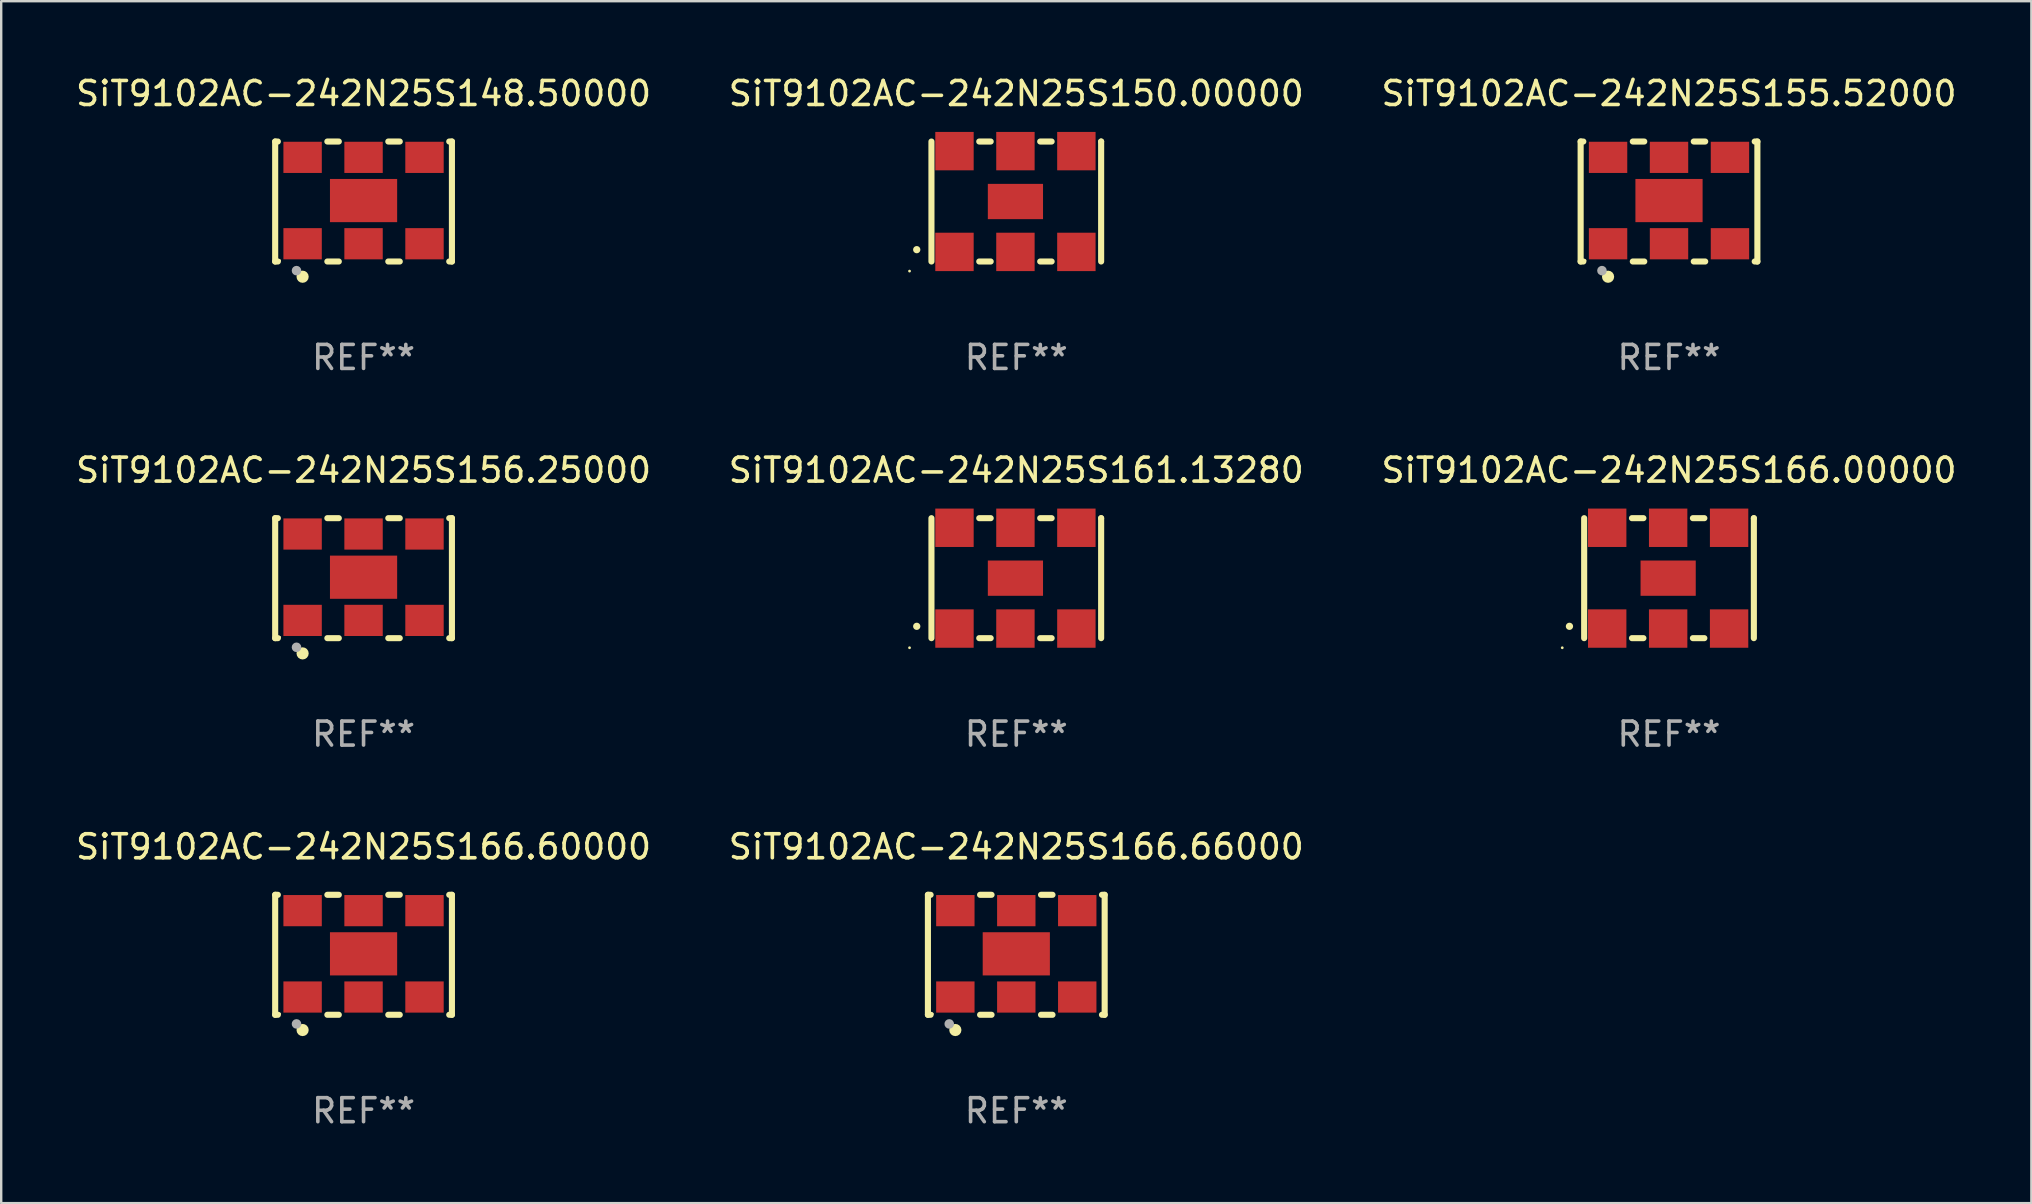
<source format=kicad_pcb>
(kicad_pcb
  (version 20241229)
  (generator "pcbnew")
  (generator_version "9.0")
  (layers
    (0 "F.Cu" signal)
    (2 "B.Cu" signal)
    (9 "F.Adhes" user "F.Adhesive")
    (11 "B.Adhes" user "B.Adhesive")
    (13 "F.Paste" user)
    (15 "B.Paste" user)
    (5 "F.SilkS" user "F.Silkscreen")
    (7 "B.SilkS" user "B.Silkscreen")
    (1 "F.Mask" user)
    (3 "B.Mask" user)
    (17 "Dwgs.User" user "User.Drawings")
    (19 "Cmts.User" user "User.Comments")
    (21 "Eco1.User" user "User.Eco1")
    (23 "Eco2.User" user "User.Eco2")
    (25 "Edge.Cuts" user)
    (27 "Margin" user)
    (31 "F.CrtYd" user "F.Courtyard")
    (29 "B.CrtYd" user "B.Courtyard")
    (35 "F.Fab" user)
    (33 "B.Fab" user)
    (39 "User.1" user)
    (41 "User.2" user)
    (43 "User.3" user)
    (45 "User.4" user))
  (footprint "SiT9102AC-242N25S148.50000"
    (layer "F.Cu")
    (at 12.101 5.348)
    (property "Reference" "SiT9102AC-242N25S148.50000" (at 0 -4.5 0) (layer "F.SilkS") (effects (font (size 1 1) (thickness 0.15))))
    (attr through_hole)
    (fp_line (start -3.683 -2.5) (end -3.571 -2.5) (stroke (width 0.254) (type solid)) (layer "F.SilkS"))
    (fp_line (start -3.683 2.5) (end -3.683 -2.5) (stroke (width 0.254) (type solid)) (layer "F.SilkS"))
    (fp_line (start -3.683 2.5) (end -3.571 2.5) (stroke (width 0.254) (type solid)) (layer "F.SilkS"))
    (fp_line (start -1.509 -2.5) (end -1.031 -2.5) (stroke (width 0.254) (type solid)) (layer "F.SilkS"))
    (fp_line (start -1.509 2.5) (end -1.031 2.5) (stroke (width 0.254) (type solid)) (layer "F.SilkS"))
    (fp_line (start 1.031 -2.5) (end 1.509 -2.5) (stroke (width 0.254) (type solid)) (layer "F.SilkS"))
    (fp_line (start 1.031 2.5) (end 1.509 2.5) (stroke (width 0.254) (type solid)) (layer "F.SilkS"))
    (fp_line (start 3.571 -2.5) (end 3.683 -2.5) (stroke (width 0.254) (type solid)) (layer "F.SilkS"))
    (fp_line (start 3.571 2.5) (end 3.683 2.5) (stroke (width 0.254) (type solid)) (layer "F.SilkS"))
    (fp_line (start 3.683 2.5) (end 3.683 -2.5) (stroke (width 0.254) (type solid)) (layer "F.SilkS"))
    (fp_circle (center -3.5 2.46) (end -3.47 2.46) (stroke (width 0.06) (type solid)) (fill no) (layer "F.SilkS"))
    (fp_circle (center -2.54 3.135) (end -2.413 3.135) (stroke (width 0.254) (type solid)) (fill no) (layer "F.SilkS"))
    (fp_circle (center -2.794 2.881) (end -2.694 2.881) (stroke (width 0.2) (type solid)) (fill no) (layer "F.Fab"))
    (fp_text user "REF**" (at 0 6.5 0) (layer "F.Fab") (effects (font (size 1 1) (thickness 0.15))))
    (pad "1" smd rect (at -2.54 1.76) (size 1.6 1.3) (layers "F.Cu" "F.Mask" "F.Paste"))
    (pad "2" smd rect (at 0 1.76) (size 1.6 1.3) (layers "F.Cu" "F.Mask" "F.Paste"))
    (pad "3" smd rect (at 2.54 1.76) (size 1.6 1.3) (layers "F.Cu" "F.Mask" "F.Paste"))
    (pad "4" smd rect (at 2.54 -1.84) (size 1.6 1.3) (layers "F.Cu" "F.Mask" "F.Paste"))
    (pad "5" smd rect (at 0 -1.84) (size 1.6 1.3) (layers "F.Cu" "F.Mask" "F.Paste"))
    (pad "6" smd rect (at -2.54 -1.84) (size 1.6 1.3) (layers "F.Cu" "F.Mask" "F.Paste"))
    (pad "7" smd rect (at 0 -0.04) (size 2.8 1.8) (layers "F.Cu" "F.Mask" "F.Paste")))
  (footprint "SiT9102AC-242N25S166.00000"
    (layer "F.Cu")
    (at 66.506 21.045)
    (property "Reference" "SiT9102AC-242N25S166.00000" (at 0 -4.5 0) (layer "F.SilkS") (effects (font (size 1 1) (thickness 0.15))))
    (attr through_hole)
    (fp_line (start -3.536 -2.5) (end -3.536 2.5) (stroke (width 0.254) (type solid)) (layer "F.SilkS"))
    (fp_line (start -1.544 2.5) (end -1.067 2.5) (stroke (width 0.254) (type solid)) (layer "F.SilkS"))
    (fp_line (start -1.067 -2.5) (end -1.544 -2.5) (stroke (width 0.254) (type solid)) (layer "F.SilkS"))
    (fp_line (start 0.996 2.5) (end 1.473 2.5) (stroke (width 0.254) (type solid)) (layer "F.SilkS"))
    (fp_line (start 1.473 -2.5) (end 0.996 -2.5) (stroke (width 0.254) (type solid)) (layer "F.SilkS"))
    (fp_line (start 3.536 -2.5) (end 3.536 -2.5) (stroke (width 0.254) (type solid)) (layer "F.SilkS"))
    (fp_line (start 3.536 2.5) (end 3.536 -2.5) (stroke (width 0.254) (type solid)) (layer "F.SilkS"))
    (fp_arc (start -4.150432 2.006604) (mid -4.149162 2.006599) (end -4.147892 2.006604) (stroke (width 0.3) (type solid)) (layer "F.SilkS"))
    (fp_circle (center -4.449 2.9) (end -4.419 2.9) (stroke (width 0.06) (type solid)) (fill no) (layer "F.SilkS"))
    (fp_text user "REF**" (at 0 6.5 0) (layer "F.Fab") (effects (font (size 1 1) (thickness 0.15))))
    (pad "1" smd rect (at -2.576 2.1) (size 1.6 1.6) (layers "F.Cu" "F.Mask" "F.Paste"))
    (pad "2" smd rect (at -0.036 2.1) (size 1.6 1.6) (layers "F.Cu" "F.Mask" "F.Paste"))
    (pad "3" smd rect (at 2.504 2.1) (size 1.6 1.6) (layers "F.Cu" "F.Mask" "F.Paste"))
    (pad "4" smd rect (at 2.504 -2.1) (size 1.6 1.6) (layers "F.Cu" "F.Mask" "F.Paste"))
    (pad "5" smd rect (at -0.036 -2.1) (size 1.6 1.6) (layers "F.Cu" "F.Mask" "F.Paste"))
    (pad "6" smd rect (at -2.576 -2.1) (size 1.6 1.6) (layers "F.Cu" "F.Mask" "F.Paste"))
    (pad "7" smd rect (at -0.036 0) (size 2.3 1.47) (layers "F.Cu" "F.Mask" "F.Paste")))
  (footprint "SiT9102AC-242N25S156.25000"
    (layer "F.Cu")
    (at 12.101 21.045)
    (property "Reference" "SiT9102AC-242N25S156.25000" (at 0 -4.5 0) (layer "F.SilkS") (effects (font (size 1 1) (thickness 0.15))))
    (attr through_hole)
    (fp_line (start -3.683 -2.5) (end -3.571 -2.5) (stroke (width 0.254) (type solid)) (layer "F.SilkS"))
    (fp_line (start -3.683 2.5) (end -3.683 -2.5) (stroke (width 0.254) (type solid)) (layer "F.SilkS"))
    (fp_line (start -3.683 2.5) (end -3.571 2.5) (stroke (width 0.254) (type solid)) (layer "F.SilkS"))
    (fp_line (start -1.509 -2.5) (end -1.031 -2.5) (stroke (width 0.254) (type solid)) (layer "F.SilkS"))
    (fp_line (start -1.509 2.5) (end -1.031 2.5) (stroke (width 0.254) (type solid)) (layer "F.SilkS"))
    (fp_line (start 1.031 -2.5) (end 1.509 -2.5) (stroke (width 0.254) (type solid)) (layer "F.SilkS"))
    (fp_line (start 1.031 2.5) (end 1.509 2.5) (stroke (width 0.254) (type solid)) (layer "F.SilkS"))
    (fp_line (start 3.571 -2.5) (end 3.683 -2.5) (stroke (width 0.254) (type solid)) (layer "F.SilkS"))
    (fp_line (start 3.571 2.5) (end 3.683 2.5) (stroke (width 0.254) (type solid)) (layer "F.SilkS"))
    (fp_line (start 3.683 2.5) (end 3.683 -2.5) (stroke (width 0.254) (type solid)) (layer "F.SilkS"))
    (fp_circle (center -3.5 2.46) (end -3.47 2.46) (stroke (width 0.06) (type solid)) (fill no) (layer "F.SilkS"))
    (fp_circle (center -2.54 3.135) (end -2.413 3.135) (stroke (width 0.254) (type solid)) (fill no) (layer "F.SilkS"))
    (fp_circle (center -2.794 2.881) (end -2.694 2.881) (stroke (width 0.2) (type solid)) (fill no) (layer "F.Fab"))
    (fp_text user "REF**" (at 0 6.5 0) (layer "F.Fab") (effects (font (size 1 1) (thickness 0.15))))
    (pad "1" smd rect (at -2.54 1.76) (size 1.6 1.3) (layers "F.Cu" "F.Mask" "F.Paste"))
    (pad "2" smd rect (at 0 1.76) (size 1.6 1.3) (layers "F.Cu" "F.Mask" "F.Paste"))
    (pad "3" smd rect (at 2.54 1.76) (size 1.6 1.3) (layers "F.Cu" "F.Mask" "F.Paste"))
    (pad "4" smd rect (at 2.54 -1.84) (size 1.6 1.3) (layers "F.Cu" "F.Mask" "F.Paste"))
    (pad "5" smd rect (at 0 -1.84) (size 1.6 1.3) (layers "F.Cu" "F.Mask" "F.Paste"))
    (pad "6" smd rect (at -2.54 -1.84) (size 1.6 1.3) (layers "F.Cu" "F.Mask" "F.Paste"))
    (pad "7" smd rect (at 0 -0.04) (size 2.8 1.8) (layers "F.Cu" "F.Mask" "F.Paste")))
  (footprint "SiT9102AC-242N25S155.52000"
    (layer "F.Cu")
    (at 66.506 5.348)
    (property "Reference" "SiT9102AC-242N25S155.52000" (at 0 -4.5 0) (layer "F.SilkS") (effects (font (size 1 1) (thickness 0.15))))
    (attr through_hole)
    (fp_line (start -3.683 -2.5) (end -3.571 -2.5) (stroke (width 0.254) (type solid)) (layer "F.SilkS"))
    (fp_line (start -3.683 2.5) (end -3.683 -2.5) (stroke (width 0.254) (type solid)) (layer "F.SilkS"))
    (fp_line (start -3.683 2.5) (end -3.571 2.5) (stroke (width 0.254) (type solid)) (layer "F.SilkS"))
    (fp_line (start -1.509 -2.5) (end -1.031 -2.5) (stroke (width 0.254) (type solid)) (layer "F.SilkS"))
    (fp_line (start -1.509 2.5) (end -1.031 2.5) (stroke (width 0.254) (type solid)) (layer "F.SilkS"))
    (fp_line (start 1.031 -2.5) (end 1.509 -2.5) (stroke (width 0.254) (type solid)) (layer "F.SilkS"))
    (fp_line (start 1.031 2.5) (end 1.509 2.5) (stroke (width 0.254) (type solid)) (layer "F.SilkS"))
    (fp_line (start 3.571 -2.5) (end 3.683 -2.5) (stroke (width 0.254) (type solid)) (layer "F.SilkS"))
    (fp_line (start 3.571 2.5) (end 3.683 2.5) (stroke (width 0.254) (type solid)) (layer "F.SilkS"))
    (fp_line (start 3.683 2.5) (end 3.683 -2.5) (stroke (width 0.254) (type solid)) (layer "F.SilkS"))
    (fp_circle (center -3.5 2.46) (end -3.47 2.46) (stroke (width 0.06) (type solid)) (fill no) (layer "F.SilkS"))
    (fp_circle (center -2.54 3.135) (end -2.413 3.135) (stroke (width 0.254) (type solid)) (fill no) (layer "F.SilkS"))
    (fp_circle (center -2.794 2.881) (end -2.694 2.881) (stroke (width 0.2) (type solid)) (fill no) (layer "F.Fab"))
    (fp_text user "REF**" (at 0 6.5 0) (layer "F.Fab") (effects (font (size 1 1) (thickness 0.15))))
    (pad "1" smd rect (at -2.54 1.76) (size 1.6 1.3) (layers "F.Cu" "F.Mask" "F.Paste"))
    (pad "2" smd rect (at 0 1.76) (size 1.6 1.3) (layers "F.Cu" "F.Mask" "F.Paste"))
    (pad "3" smd rect (at 2.54 1.76) (size 1.6 1.3) (layers "F.Cu" "F.Mask" "F.Paste"))
    (pad "4" smd rect (at 2.54 -1.84) (size 1.6 1.3) (layers "F.Cu" "F.Mask" "F.Paste"))
    (pad "5" smd rect (at 0 -1.84) (size 1.6 1.3) (layers "F.Cu" "F.Mask" "F.Paste"))
    (pad "6" smd rect (at -2.54 -1.84) (size 1.6 1.3) (layers "F.Cu" "F.Mask" "F.Paste"))
    (pad "7" smd rect (at 0 -0.04) (size 2.8 1.8) (layers "F.Cu" "F.Mask" "F.Paste")))
  (footprint "SiT9102AC-242N25S166.60000"
    (layer "F.Cu")
    (at 12.101 36.741)
    (property "Reference" "SiT9102AC-242N25S166.60000" (at 0 -4.5 0) (layer "F.SilkS") (effects (font (size 1 1) (thickness 0.15))))
    (attr through_hole)
    (fp_line (start -3.683 -2.5) (end -3.571 -2.5) (stroke (width 0.254) (type solid)) (layer "F.SilkS"))
    (fp_line (start -3.683 2.5) (end -3.683 -2.5) (stroke (width 0.254) (type solid)) (layer "F.SilkS"))
    (fp_line (start -3.683 2.5) (end -3.571 2.5) (stroke (width 0.254) (type solid)) (layer "F.SilkS"))
    (fp_line (start -1.509 -2.5) (end -1.031 -2.5) (stroke (width 0.254) (type solid)) (layer "F.SilkS"))
    (fp_line (start -1.509 2.5) (end -1.031 2.5) (stroke (width 0.254) (type solid)) (layer "F.SilkS"))
    (fp_line (start 1.031 -2.5) (end 1.509 -2.5) (stroke (width 0.254) (type solid)) (layer "F.SilkS"))
    (fp_line (start 1.031 2.5) (end 1.509 2.5) (stroke (width 0.254) (type solid)) (layer "F.SilkS"))
    (fp_line (start 3.571 -2.5) (end 3.683 -2.5) (stroke (width 0.254) (type solid)) (layer "F.SilkS"))
    (fp_line (start 3.571 2.5) (end 3.683 2.5) (stroke (width 0.254) (type solid)) (layer "F.SilkS"))
    (fp_line (start 3.683 2.5) (end 3.683 -2.5) (stroke (width 0.254) (type solid)) (layer "F.SilkS"))
    (fp_circle (center -3.5 2.46) (end -3.47 2.46) (stroke (width 0.06) (type solid)) (fill no) (layer "F.SilkS"))
    (fp_circle (center -2.54 3.135) (end -2.413 3.135) (stroke (width 0.254) (type solid)) (fill no) (layer "F.SilkS"))
    (fp_circle (center -2.794 2.881) (end -2.694 2.881) (stroke (width 0.2) (type solid)) (fill no) (layer "F.Fab"))
    (fp_text user "REF**" (at 0 6.5 0) (layer "F.Fab") (effects (font (size 1 1) (thickness 0.15))))
    (pad "1" smd rect (at -2.54 1.76) (size 1.6 1.3) (layers "F.Cu" "F.Mask" "F.Paste"))
    (pad "2" smd rect (at 0 1.76) (size 1.6 1.3) (layers "F.Cu" "F.Mask" "F.Paste"))
    (pad "3" smd rect (at 2.54 1.76) (size 1.6 1.3) (layers "F.Cu" "F.Mask" "F.Paste"))
    (pad "4" smd rect (at 2.54 -1.84) (size 1.6 1.3) (layers "F.Cu" "F.Mask" "F.Paste"))
    (pad "5" smd rect (at 0 -1.84) (size 1.6 1.3) (layers "F.Cu" "F.Mask" "F.Paste"))
    (pad "6" smd rect (at -2.54 -1.84) (size 1.6 1.3) (layers "F.Cu" "F.Mask" "F.Paste"))
    (pad "7" smd rect (at 0 -0.04) (size 2.8 1.8) (layers "F.Cu" "F.Mask" "F.Paste")))
  (footprint "SiT9102AC-242N25S161.13280"
    (layer "F.Cu")
    (at 39.304 21.045)
    (property "Reference" "SiT9102AC-242N25S161.13280" (at 0 -4.5 0) (layer "F.SilkS") (effects (font (size 1 1) (thickness 0.15))))
    (attr through_hole)
    (fp_line (start -3.536 -2.5) (end -3.536 2.5) (stroke (width 0.254) (type solid)) (layer "F.SilkS"))
    (fp_line (start -1.544 2.5) (end -1.067 2.5) (stroke (width 0.254) (type solid)) (layer "F.SilkS"))
    (fp_line (start -1.067 -2.5) (end -1.544 -2.5) (stroke (width 0.254) (type solid)) (layer "F.SilkS"))
    (fp_line (start 0.996 2.5) (end 1.473 2.5) (stroke (width 0.254) (type solid)) (layer "F.SilkS"))
    (fp_line (start 1.473 -2.5) (end 0.996 -2.5) (stroke (width 0.254) (type solid)) (layer "F.SilkS"))
    (fp_line (start 3.536 -2.5) (end 3.536 -2.5) (stroke (width 0.254) (type solid)) (layer "F.SilkS"))
    (fp_line (start 3.536 2.5) (end 3.536 -2.5) (stroke (width 0.254) (type solid)) (layer "F.SilkS"))
    (fp_arc (start -4.150432 2.006604) (mid -4.149162 2.006599) (end -4.147892 2.006604) (stroke (width 0.3) (type solid)) (layer "F.SilkS"))
    (fp_circle (center -4.449 2.9) (end -4.419 2.9) (stroke (width 0.06) (type solid)) (fill no) (layer "F.SilkS"))
    (fp_text user "REF**" (at 0 6.5 0) (layer "F.Fab") (effects (font (size 1 1) (thickness 0.15))))
    (pad "1" smd rect (at -2.576 2.1) (size 1.6 1.6) (layers "F.Cu" "F.Mask" "F.Paste"))
    (pad "2" smd rect (at -0.036 2.1) (size 1.6 1.6) (layers "F.Cu" "F.Mask" "F.Paste"))
    (pad "3" smd rect (at 2.504 2.1) (size 1.6 1.6) (layers "F.Cu" "F.Mask" "F.Paste"))
    (pad "4" smd rect (at 2.504 -2.1) (size 1.6 1.6) (layers "F.Cu" "F.Mask" "F.Paste"))
    (pad "5" smd rect (at -0.036 -2.1) (size 1.6 1.6) (layers "F.Cu" "F.Mask" "F.Paste"))
    (pad "6" smd rect (at -2.576 -2.1) (size 1.6 1.6) (layers "F.Cu" "F.Mask" "F.Paste"))
    (pad "7" smd rect (at -0.036 0) (size 2.3 1.47) (layers "F.Cu" "F.Mask" "F.Paste")))
  (footprint "SiT9102AC-242N25S166.66000"
    (layer "F.Cu")
    (at 39.304 36.741)
    (property "Reference" "SiT9102AC-242N25S166.66000" (at 0 -4.5 0) (layer "F.SilkS") (effects (font (size 1 1) (thickness 0.15))))
    (attr through_hole)
    (fp_line (start -3.683 -2.5) (end -3.571 -2.5) (stroke (width 0.254) (type solid)) (layer "F.SilkS"))
    (fp_line (start -3.683 2.5) (end -3.683 -2.5) (stroke (width 0.254) (type solid)) (layer "F.SilkS"))
    (fp_line (start -3.683 2.5) (end -3.571 2.5) (stroke (width 0.254) (type solid)) (layer "F.SilkS"))
    (fp_line (start -1.509 -2.5) (end -1.031 -2.5) (stroke (width 0.254) (type solid)) (layer "F.SilkS"))
    (fp_line (start -1.509 2.5) (end -1.031 2.5) (stroke (width 0.254) (type solid)) (layer "F.SilkS"))
    (fp_line (start 1.031 -2.5) (end 1.509 -2.5) (stroke (width 0.254) (type solid)) (layer "F.SilkS"))
    (fp_line (start 1.031 2.5) (end 1.509 2.5) (stroke (width 0.254) (type solid)) (layer "F.SilkS"))
    (fp_line (start 3.571 -2.5) (end 3.683 -2.5) (stroke (width 0.254) (type solid)) (layer "F.SilkS"))
    (fp_line (start 3.571 2.5) (end 3.683 2.5) (stroke (width 0.254) (type solid)) (layer "F.SilkS"))
    (fp_line (start 3.683 2.5) (end 3.683 -2.5) (stroke (width 0.254) (type solid)) (layer "F.SilkS"))
    (fp_circle (center -3.5 2.46) (end -3.47 2.46) (stroke (width 0.06) (type solid)) (fill no) (layer "F.SilkS"))
    (fp_circle (center -2.54 3.135) (end -2.413 3.135) (stroke (width 0.254) (type solid)) (fill no) (layer "F.SilkS"))
    (fp_circle (center -2.794 2.881) (end -2.694 2.881) (stroke (width 0.2) (type solid)) (fill no) (layer "F.Fab"))
    (fp_text user "REF**" (at 0 6.5 0) (layer "F.Fab") (effects (font (size 1 1) (thickness 0.15))))
    (pad "1" smd rect (at -2.54 1.76) (size 1.6 1.3) (layers "F.Cu" "F.Mask" "F.Paste"))
    (pad "2" smd rect (at 0 1.76) (size 1.6 1.3) (layers "F.Cu" "F.Mask" "F.Paste"))
    (pad "3" smd rect (at 2.54 1.76) (size 1.6 1.3) (layers "F.Cu" "F.Mask" "F.Paste"))
    (pad "4" smd rect (at 2.54 -1.84) (size 1.6 1.3) (layers "F.Cu" "F.Mask" "F.Paste"))
    (pad "5" smd rect (at 0 -1.84) (size 1.6 1.3) (layers "F.Cu" "F.Mask" "F.Paste"))
    (pad "6" smd rect (at -2.54 -1.84) (size 1.6 1.3) (layers "F.Cu" "F.Mask" "F.Paste"))
    (pad "7" smd rect (at 0 -0.04) (size 2.8 1.8) (layers "F.Cu" "F.Mask" "F.Paste")))
  (footprint "SiT9102AC-242N25S150.00000"
    (layer "F.Cu")
    (at 39.304 5.348)
    (property "Reference" "SiT9102AC-242N25S150.00000" (at 0 -4.5 0) (layer "F.SilkS") (effects (font (size 1 1) (thickness 0.15))))
    (attr through_hole)
    (fp_line (start -3.536 -2.5) (end -3.536 2.5) (stroke (width 0.254) (type solid)) (layer "F.SilkS"))
    (fp_line (start -1.544 2.5) (end -1.067 2.5) (stroke (width 0.254) (type solid)) (layer "F.SilkS"))
    (fp_line (start -1.067 -2.5) (end -1.544 -2.5) (stroke (width 0.254) (type solid)) (layer "F.SilkS"))
    (fp_line (start 0.996 2.5) (end 1.473 2.5) (stroke (width 0.254) (type solid)) (layer "F.SilkS"))
    (fp_line (start 1.473 -2.5) (end 0.996 -2.5) (stroke (width 0.254) (type solid)) (layer "F.SilkS"))
    (fp_line (start 3.536 -2.5) (end 3.536 -2.5) (stroke (width 0.254) (type solid)) (layer "F.SilkS"))
    (fp_line (start 3.536 2.5) (end 3.536 -2.5) (stroke (width 0.254) (type solid)) (layer "F.SilkS"))
    (fp_arc (start -4.150432 2.006604) (mid -4.149162 2.006599) (end -4.147892 2.006604) (stroke (width 0.3) (type solid)) (layer "F.SilkS"))
    (fp_circle (center -4.449 2.9) (end -4.419 2.9) (stroke (width 0.06) (type solid)) (fill no) (layer "F.SilkS"))
    (fp_text user "REF**" (at 0 6.5 0) (layer "F.Fab") (effects (font (size 1 1) (thickness 0.15))))
    (pad "1" smd rect (at -2.576 2.1) (size 1.6 1.6) (layers "F.Cu" "F.Mask" "F.Paste"))
    (pad "2" smd rect (at -0.036 2.1) (size 1.6 1.6) (layers "F.Cu" "F.Mask" "F.Paste"))
    (pad "3" smd rect (at 2.504 2.1) (size 1.6 1.6) (layers "F.Cu" "F.Mask" "F.Paste"))
    (pad "4" smd rect (at 2.504 -2.1) (size 1.6 1.6) (layers "F.Cu" "F.Mask" "F.Paste"))
    (pad "5" smd rect (at -0.036 -2.1) (size 1.6 1.6) (layers "F.Cu" "F.Mask" "F.Paste"))
    (pad "6" smd rect (at -2.576 -2.1) (size 1.6 1.6) (layers "F.Cu" "F.Mask" "F.Paste"))
    (pad "7" smd rect (at -0.036 0) (size 2.3 1.47) (layers "F.Cu" "F.Mask" "F.Paste")))
  (gr_rect
    (start -3 -3)
    (end 81.607 47.09)
    (stroke (width 0.1) (type default))
    (fill no)
    (layer "Edge.Cuts")))
</source>
